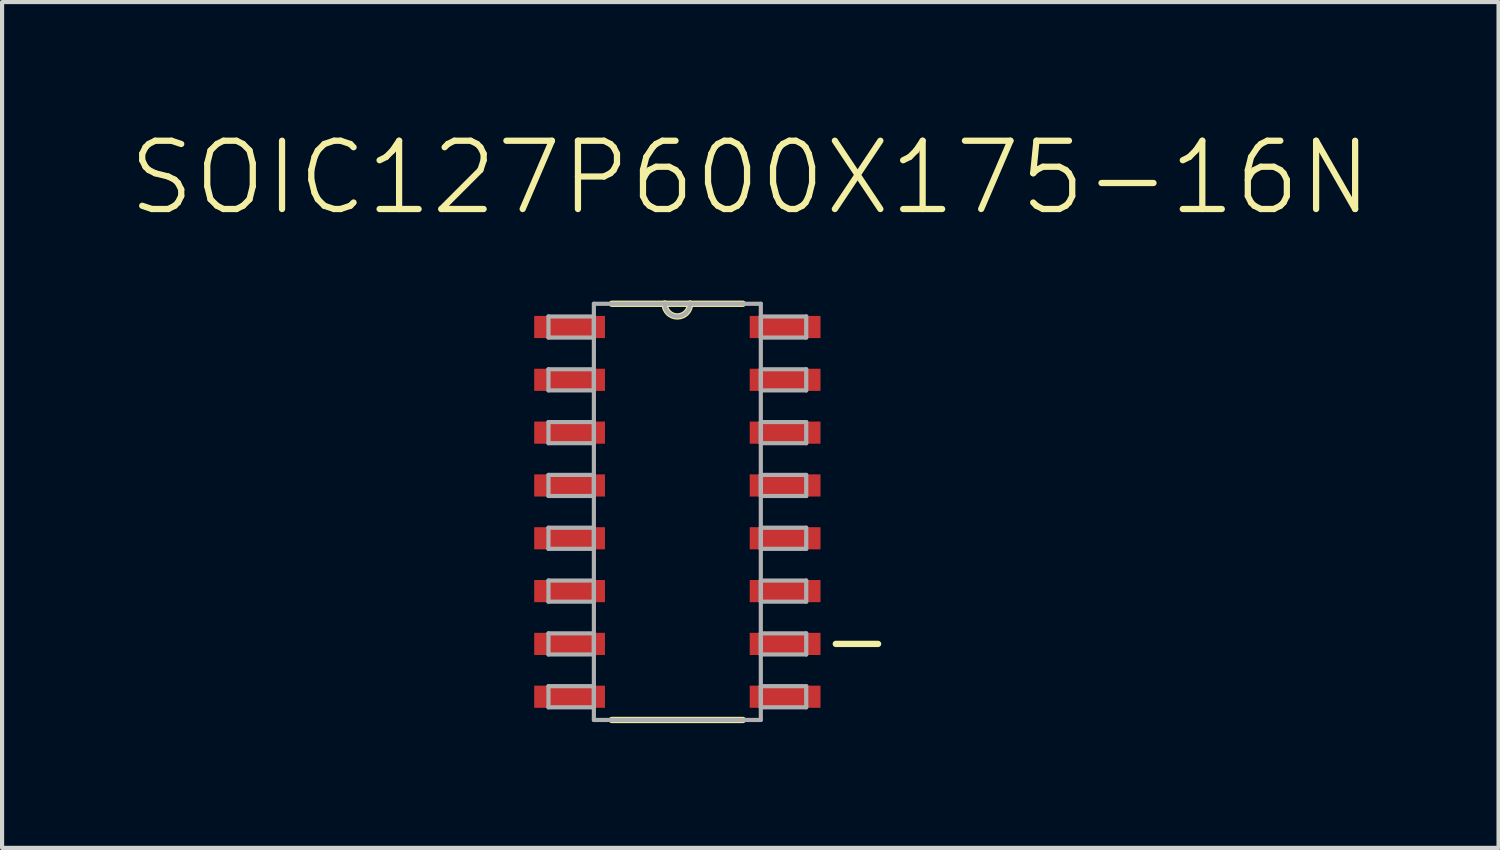
<source format=kicad_pcb>
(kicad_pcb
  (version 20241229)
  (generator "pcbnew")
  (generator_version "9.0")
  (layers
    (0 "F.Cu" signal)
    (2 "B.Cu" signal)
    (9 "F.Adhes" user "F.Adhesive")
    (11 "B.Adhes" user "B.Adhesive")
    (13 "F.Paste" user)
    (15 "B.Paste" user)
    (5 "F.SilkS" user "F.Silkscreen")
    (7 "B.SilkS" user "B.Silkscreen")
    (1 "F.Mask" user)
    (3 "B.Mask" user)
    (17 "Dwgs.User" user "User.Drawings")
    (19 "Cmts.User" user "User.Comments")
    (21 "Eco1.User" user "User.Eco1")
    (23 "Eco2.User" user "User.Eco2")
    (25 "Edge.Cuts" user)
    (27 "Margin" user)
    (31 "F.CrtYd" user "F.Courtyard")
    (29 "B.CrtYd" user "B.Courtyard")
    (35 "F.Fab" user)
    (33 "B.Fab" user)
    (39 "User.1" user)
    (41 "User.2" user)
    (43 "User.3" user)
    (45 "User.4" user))
  (footprint "SOIC127P600X175-16N"
    (layer "F.Cu")
    (at 13.237 9.258)
    (property "Reference" "SOIC127P600X175-16N" (at 1.754 -8.034 0) (layer "F.SilkS") (effects (font (size 1.642 1.642) (thickness 0.15))))
    (attr through_hole)
    (fp_line (start -1.575 5.004) (end 1.575 5.004) (stroke (width 0.152) (type solid)) (layer "F.SilkS"))
    (fp_line (start -0.305 -5.004) (end -1.575 -5.004) (stroke (width 0.152) (type solid)) (layer "F.SilkS"))
    (fp_line (start 0.305 -5.004) (end -0.305 -5.004) (stroke (width 0.152) (type solid)) (layer "F.SilkS"))
    (fp_line (start 1.575 -5.004) (end 0.305 -5.004) (stroke (width 0.152) (type solid)) (layer "F.SilkS"))
    (fp_line (start 3.81 3.175) (end 4.826 3.175) (stroke (width 0.152) (type solid)) (layer "F.SilkS"))
    (fp_arc (start 0.3048 -5.0038) (mid 0 -4.699) (end -0.3048 -5.0038) (stroke (width 0.1524) (type solid)) (layer "F.SilkS"))
    (fp_line (start -3.099 -4.699) (end -3.099 -4.191) (stroke (width 0.1) (type solid)) (layer "F.Fab"))
    (fp_line (start -3.099 -4.191) (end -2.007 -4.191) (stroke (width 0.1) (type solid)) (layer "F.Fab"))
    (fp_line (start -3.099 -3.429) (end -3.099 -2.921) (stroke (width 0.1) (type solid)) (layer "F.Fab"))
    (fp_line (start -3.099 -2.921) (end -2.007 -2.921) (stroke (width 0.1) (type solid)) (layer "F.Fab"))
    (fp_line (start -3.099 -2.159) (end -3.099 -1.651) (stroke (width 0.1) (type solid)) (layer "F.Fab"))
    (fp_line (start -3.099 -1.651) (end -2.007 -1.651) (stroke (width 0.1) (type solid)) (layer "F.Fab"))
    (fp_line (start -3.099 -0.889) (end -3.099 -0.381) (stroke (width 0.1) (type solid)) (layer "F.Fab"))
    (fp_line (start -3.099 -0.381) (end -2.007 -0.381) (stroke (width 0.1) (type solid)) (layer "F.Fab"))
    (fp_line (start -3.099 0.381) (end -3.099 0.889) (stroke (width 0.1) (type solid)) (layer "F.Fab"))
    (fp_line (start -3.099 0.889) (end -2.007 0.889) (stroke (width 0.1) (type solid)) (layer "F.Fab"))
    (fp_line (start -3.099 1.651) (end -3.099 2.159) (stroke (width 0.1) (type solid)) (layer "F.Fab"))
    (fp_line (start -3.099 2.159) (end -2.007 2.159) (stroke (width 0.1) (type solid)) (layer "F.Fab"))
    (fp_line (start -3.099 2.921) (end -3.099 3.429) (stroke (width 0.1) (type solid)) (layer "F.Fab"))
    (fp_line (start -3.099 3.429) (end -2.007 3.429) (stroke (width 0.1) (type solid)) (layer "F.Fab"))
    (fp_line (start -3.099 4.191) (end -3.099 4.699) (stroke (width 0.1) (type solid)) (layer "F.Fab"))
    (fp_line (start -3.099 4.699) (end -2.007 4.699) (stroke (width 0.1) (type solid)) (layer "F.Fab"))
    (fp_line (start -2.007 -5.004) (end -2.007 5.004) (stroke (width 0.1) (type solid)) (layer "F.Fab"))
    (fp_line (start -2.007 -4.699) (end -3.099 -4.699) (stroke (width 0.1) (type solid)) (layer "F.Fab"))
    (fp_line (start -2.007 -4.191) (end -2.007 -4.699) (stroke (width 0.1) (type solid)) (layer "F.Fab"))
    (fp_line (start -2.007 -3.429) (end -3.099 -3.429) (stroke (width 0.1) (type solid)) (layer "F.Fab"))
    (fp_line (start -2.007 -2.921) (end -2.007 -3.429) (stroke (width 0.1) (type solid)) (layer "F.Fab"))
    (fp_line (start -2.007 -2.159) (end -3.099 -2.159) (stroke (width 0.1) (type solid)) (layer "F.Fab"))
    (fp_line (start -2.007 -1.651) (end -2.007 -2.159) (stroke (width 0.1) (type solid)) (layer "F.Fab"))
    (fp_line (start -2.007 -0.889) (end -3.099 -0.889) (stroke (width 0.1) (type solid)) (layer "F.Fab"))
    (fp_line (start -2.007 -0.381) (end -2.007 -0.889) (stroke (width 0.1) (type solid)) (layer "F.Fab"))
    (fp_line (start -2.007 0.381) (end -3.099 0.381) (stroke (width 0.1) (type solid)) (layer "F.Fab"))
    (fp_line (start -2.007 0.889) (end -2.007 0.381) (stroke (width 0.1) (type solid)) (layer "F.Fab"))
    (fp_line (start -2.007 1.651) (end -3.099 1.651) (stroke (width 0.1) (type solid)) (layer "F.Fab"))
    (fp_line (start -2.007 2.159) (end -2.007 1.651) (stroke (width 0.1) (type solid)) (layer "F.Fab"))
    (fp_line (start -2.007 2.921) (end -3.099 2.921) (stroke (width 0.1) (type solid)) (layer "F.Fab"))
    (fp_line (start -2.007 3.429) (end -2.007 2.921) (stroke (width 0.1) (type solid)) (layer "F.Fab"))
    (fp_line (start -2.007 4.191) (end -3.099 4.191) (stroke (width 0.1) (type solid)) (layer "F.Fab"))
    (fp_line (start -2.007 4.699) (end -2.007 4.191) (stroke (width 0.1) (type solid)) (layer "F.Fab"))
    (fp_line (start -2.007 5.004) (end 2.007 5.004) (stroke (width 0.1) (type solid)) (layer "F.Fab"))
    (fp_line (start -0.305 -5.004) (end -2.007 -5.004) (stroke (width 0.1) (type solid)) (layer "F.Fab"))
    (fp_line (start 0.305 -5.004) (end -0.305 -5.004) (stroke (width 0.1) (type solid)) (layer "F.Fab"))
    (fp_line (start 2.007 -5.004) (end 0.305 -5.004) (stroke (width 0.1) (type solid)) (layer "F.Fab"))
    (fp_line (start 2.007 -4.699) (end 2.007 -4.191) (stroke (width 0.1) (type solid)) (layer "F.Fab"))
    (fp_line (start 2.007 -4.191) (end 3.099 -4.191) (stroke (width 0.1) (type solid)) (layer "F.Fab"))
    (fp_line (start 2.007 -3.429) (end 2.007 -2.921) (stroke (width 0.1) (type solid)) (layer "F.Fab"))
    (fp_line (start 2.007 -2.921) (end 3.099 -2.921) (stroke (width 0.1) (type solid)) (layer "F.Fab"))
    (fp_line (start 2.007 -2.159) (end 2.007 -1.651) (stroke (width 0.1) (type solid)) (layer "F.Fab"))
    (fp_line (start 2.007 -1.651) (end 3.099 -1.651) (stroke (width 0.1) (type solid)) (layer "F.Fab"))
    (fp_line (start 2.007 -0.889) (end 2.007 -0.381) (stroke (width 0.1) (type solid)) (layer "F.Fab"))
    (fp_line (start 2.007 -0.381) (end 3.099 -0.381) (stroke (width 0.1) (type solid)) (layer "F.Fab"))
    (fp_line (start 2.007 0.381) (end 2.007 0.889) (stroke (width 0.1) (type solid)) (layer "F.Fab"))
    (fp_line (start 2.007 0.889) (end 3.099 0.889) (stroke (width 0.1) (type solid)) (layer "F.Fab"))
    (fp_line (start 2.007 1.651) (end 2.007 2.159) (stroke (width 0.1) (type solid)) (layer "F.Fab"))
    (fp_line (start 2.007 2.159) (end 3.099 2.159) (stroke (width 0.1) (type solid)) (layer "F.Fab"))
    (fp_line (start 2.007 2.921) (end 2.007 3.429) (stroke (width 0.1) (type solid)) (layer "F.Fab"))
    (fp_line (start 2.007 3.429) (end 3.099 3.429) (stroke (width 0.1) (type solid)) (layer "F.Fab"))
    (fp_line (start 2.007 4.191) (end 2.007 4.699) (stroke (width 0.1) (type solid)) (layer "F.Fab"))
    (fp_line (start 2.007 4.699) (end 3.099 4.699) (stroke (width 0.1) (type solid)) (layer "F.Fab"))
    (fp_line (start 2.007 5.004) (end 2.007 -5.004) (stroke (width 0.1) (type solid)) (layer "F.Fab"))
    (fp_line (start 3.099 -4.699) (end 2.007 -4.699) (stroke (width 0.1) (type solid)) (layer "F.Fab"))
    (fp_line (start 3.099 -4.191) (end 3.099 -4.699) (stroke (width 0.1) (type solid)) (layer "F.Fab"))
    (fp_line (start 3.099 -3.429) (end 2.007 -3.429) (stroke (width 0.1) (type solid)) (layer "F.Fab"))
    (fp_line (start 3.099 -2.921) (end 3.099 -3.429) (stroke (width 0.1) (type solid)) (layer "F.Fab"))
    (fp_line (start 3.099 -2.159) (end 2.007 -2.159) (stroke (width 0.1) (type solid)) (layer "F.Fab"))
    (fp_line (start 3.099 -1.651) (end 3.099 -2.159) (stroke (width 0.1) (type solid)) (layer "F.Fab"))
    (fp_line (start 3.099 -0.889) (end 2.007 -0.889) (stroke (width 0.1) (type solid)) (layer "F.Fab"))
    (fp_line (start 3.099 -0.381) (end 3.099 -0.889) (stroke (width 0.1) (type solid)) (layer "F.Fab"))
    (fp_line (start 3.099 0.381) (end 2.007 0.381) (stroke (width 0.1) (type solid)) (layer "F.Fab"))
    (fp_line (start 3.099 0.889) (end 3.099 0.381) (stroke (width 0.1) (type solid)) (layer "F.Fab"))
    (fp_line (start 3.099 1.651) (end 2.007 1.651) (stroke (width 0.1) (type solid)) (layer "F.Fab"))
    (fp_line (start 3.099 2.159) (end 3.099 1.651) (stroke (width 0.1) (type solid)) (layer "F.Fab"))
    (fp_line (start 3.099 2.921) (end 2.007 2.921) (stroke (width 0.1) (type solid)) (layer "F.Fab"))
    (fp_line (start 3.099 3.429) (end 3.099 2.921) (stroke (width 0.1) (type solid)) (layer "F.Fab"))
    (fp_line (start 3.099 4.191) (end 2.007 4.191) (stroke (width 0.1) (type solid)) (layer "F.Fab"))
    (fp_line (start 3.099 4.699) (end 3.099 4.191) (stroke (width 0.1) (type solid)) (layer "F.Fab"))
    (fp_arc (start 0.3048 -5.0038) (mid 0 -4.699) (end -0.3048 -5.0038) (stroke (width 0.1) (type solid)) (layer "F.Fab"))
    (pad "1" smd rect (at -2.591 -4.445) (size 1.702 0.533) (layers "F.Cu" "F.Mask" "F.Paste"))
    (pad "2" smd rect (at -2.591 -3.175) (size 1.702 0.533) (layers "F.Cu" "F.Mask" "F.Paste"))
    (pad "3" smd rect (at -2.591 -1.905) (size 1.702 0.533) (layers "F.Cu" "F.Mask" "F.Paste"))
    (pad "4" smd rect (at -2.591 -0.635) (size 1.702 0.533) (layers "F.Cu" "F.Mask" "F.Paste"))
    (pad "5" smd rect (at -2.591 0.635) (size 1.702 0.533) (layers "F.Cu" "F.Mask" "F.Paste"))
    (pad "6" smd rect (at -2.591 1.905) (size 1.702 0.533) (layers "F.Cu" "F.Mask" "F.Paste"))
    (pad "7" smd rect (at -2.591 3.175) (size 1.702 0.533) (layers "F.Cu" "F.Mask" "F.Paste"))
    (pad "8" smd rect (at -2.591 4.445) (size 1.702 0.533) (layers "F.Cu" "F.Mask" "F.Paste"))
    (pad "9" smd rect (at 2.591 4.445) (size 1.702 0.533) (layers "F.Cu" "F.Mask" "F.Paste"))
    (pad "10" smd rect (at 2.591 3.175) (size 1.702 0.533) (layers "F.Cu" "F.Mask" "F.Paste"))
    (pad "11" smd rect (at 2.591 1.905) (size 1.702 0.533) (layers "F.Cu" "F.Mask" "F.Paste"))
    (pad "12" smd rect (at 2.591 0.635) (size 1.702 0.533) (layers "F.Cu" "F.Mask" "F.Paste"))
    (pad "13" smd rect (at 2.591 -0.635) (size 1.702 0.533) (layers "F.Cu" "F.Mask" "F.Paste"))
    (pad "14" smd rect (at 2.591 -1.905) (size 1.702 0.533) (layers "F.Cu" "F.Mask" "F.Paste"))
    (pad "15" smd rect (at 2.591 -3.175) (size 1.702 0.533) (layers "F.Cu" "F.Mask" "F.Paste"))
    (pad "16" smd rect (at 2.591 -4.445) (size 1.702 0.533) (layers "F.Cu" "F.Mask" "F.Paste")))
  (gr_rect
    (start -3 -3)
    (end 32.983 17.338)
    (stroke (width 0.1) (type default))
    (fill no)
    (layer "Edge.Cuts")))
</source>
